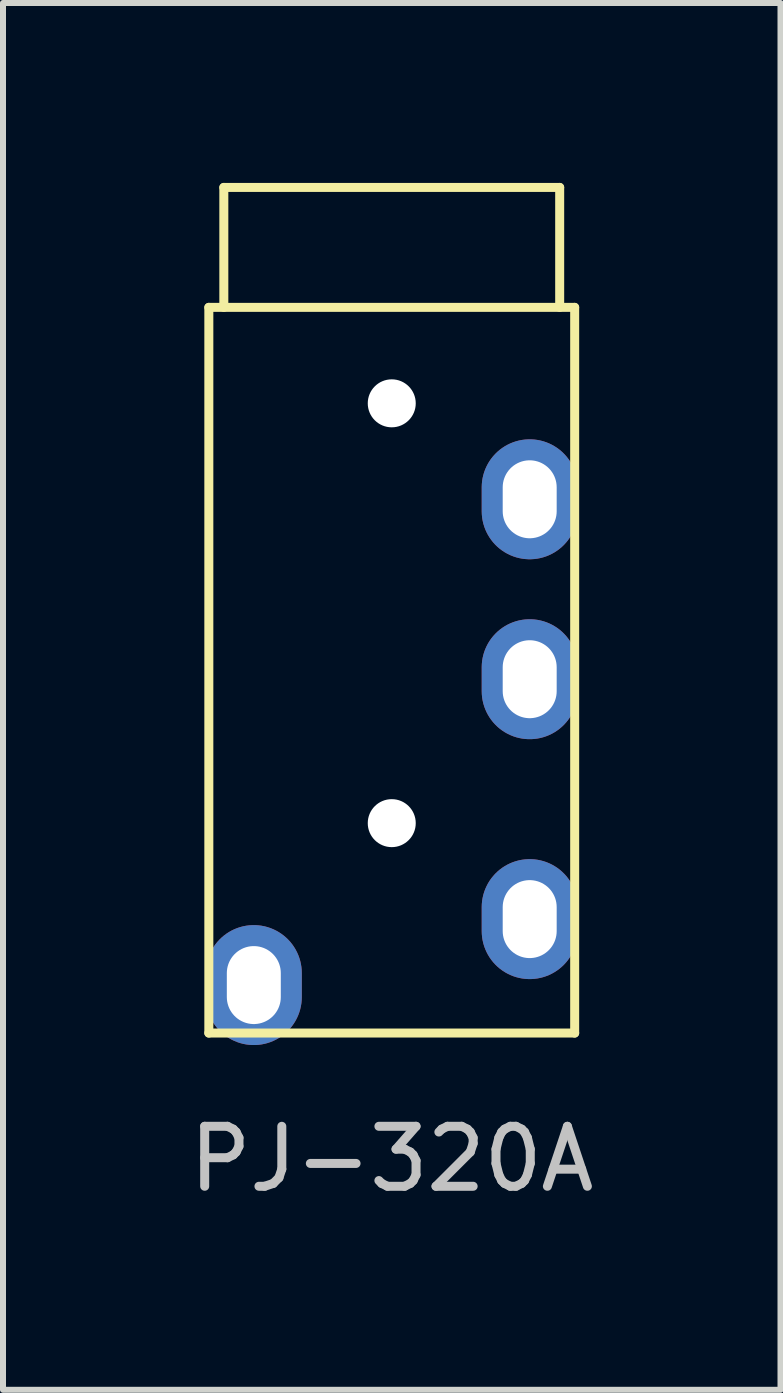
<source format=kicad_pcb>
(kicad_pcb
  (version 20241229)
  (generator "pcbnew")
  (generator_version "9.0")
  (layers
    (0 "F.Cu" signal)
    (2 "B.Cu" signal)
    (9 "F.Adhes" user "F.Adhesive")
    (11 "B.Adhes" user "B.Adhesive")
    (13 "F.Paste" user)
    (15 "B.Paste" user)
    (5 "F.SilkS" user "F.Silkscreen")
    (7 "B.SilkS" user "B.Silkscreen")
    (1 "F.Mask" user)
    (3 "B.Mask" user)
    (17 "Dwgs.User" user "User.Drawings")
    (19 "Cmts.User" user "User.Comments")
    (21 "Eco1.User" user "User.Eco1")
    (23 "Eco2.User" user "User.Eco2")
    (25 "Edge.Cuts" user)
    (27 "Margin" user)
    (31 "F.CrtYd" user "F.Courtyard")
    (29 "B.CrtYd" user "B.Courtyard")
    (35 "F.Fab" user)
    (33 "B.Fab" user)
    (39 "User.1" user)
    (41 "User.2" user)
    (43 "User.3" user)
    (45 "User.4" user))
  (footprint "PJ-320A"
    (layer "F.Cu")
    (at 3.482 2.075)
    (property "Reference" "PJ-320A" (at 0 14.2 0) (layer "Dwgs.User") (effects (font (size 1 1) (thickness 0.15))))
    (attr through_hole)
    (fp_line (start -3.05 0) (end -3.05 12.1) (stroke (width 0.15) (type solid)) (layer "F.SilkS"))
    (fp_line (start -2.8 0) (end -2.8 -2) (stroke (width 0.15) (type solid)) (layer "F.SilkS"))
    (fp_line (start 2.8 -2) (end -2.8 -2) (stroke (width 0.15) (type solid)) (layer "F.SilkS"))
    (fp_line (start 2.8 0) (end 2.8 -2) (stroke (width 0.15) (type solid)) (layer "F.SilkS"))
    (fp_line (start 3.05 0) (end -3.05 0) (stroke (width 0.15) (type solid)) (layer "F.SilkS"))
    (fp_line (start 3.05 0) (end 3.05 12.1) (stroke (width 0.15) (type solid)) (layer "F.SilkS"))
    (fp_line (start 3.05 12.1) (end -3.05 12.1) (stroke (width 0.15) (type solid)) (layer "F.SilkS"))
    (pad "" np_thru_hole circle (at 0 1.6) (size 0.8 0.8) (drill 0.8) (layers "*.Cu" "*.Mask"))
    (pad "" np_thru_hole circle (at 0 8.6) (size 0.8 0.8) (drill 0.8) (layers "*.Cu" "*.Mask"))
    (pad "R1" thru_hole oval (at 2.3 10.2) (size 1.6 2) (drill oval 0.9 1.3) (layers "*.Cu" "*.Mask"))
    (pad "R2" thru_hole oval (at 2.3 6.2) (size 1.6 2) (drill oval 0.9 1.3) (layers "*.Cu" "*.Mask"))
    (pad "S" thru_hole oval (at 2.3 3.2) (size 1.6 2) (drill oval 0.9 1.3) (layers "*.Cu" "*.Mask"))
    (pad "T" thru_hole oval (at -2.3 11.3) (size 1.6 2) (drill oval 0.9 1.3) (layers "*.Cu" "*.Mask")))
  (gr_rect
    (start -3 -3)
    (end 9.964 20.123)
    (stroke (width 0.1) (type default))
    (fill no)
    (layer "Edge.Cuts")))
</source>
